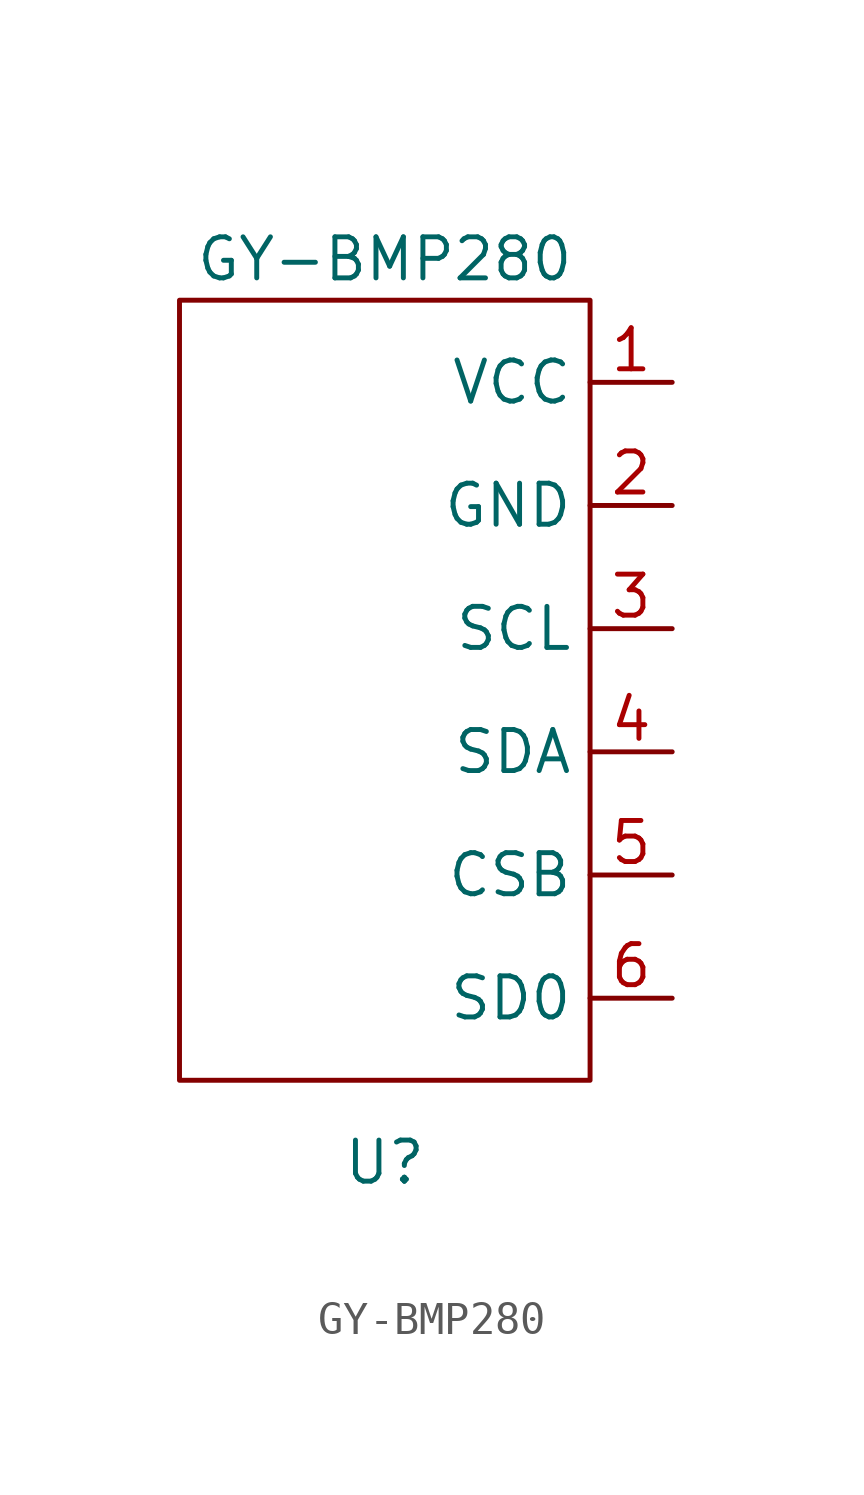
<source format=kicad_sym>
(kicad_symbol_lib
  (version 20211014)
  (generator kicad_symbol_editor)
  (symbol "GY-BMP280"
    (property "Reference" "U"
      (at 0 -8.89 0)
      (effects (font (size 1.27 1.27))))
    (property "Value" "GY-BMP280"
      (at 0 19.05 0)
      (effects (font (size 1.27 1.27))))
    (symbol "GY-BMP280_0_1"
      (rectangle (start -6.35 17.78) (end 6.35 -6.35) (stroke (width 0) (type default) (color 0 0 0 0)) (fill (type none))))
    (symbol "GY-BMP280_1_1"
      (pin bidirectional line (at 8.89 15.24 180) (length 2.54) (name "VCC" (effects (font (size 1.27 1.27)))) (number "1" (effects (font (size 1.27 1.27)))))
      (pin bidirectional line (at 8.89 11.43 180) (length 2.54) (name "GND" (effects (font (size 1.27 1.27)))) (number "2" (effects (font (size 1.27 1.27)))))
      (pin bidirectional line (at 8.89 7.62 180) (length 2.54) (name "SCL" (effects (font (size 1.27 1.27)))) (number "3" (effects (font (size 1.27 1.27)))))
      (pin bidirectional line (at 8.89 3.81 180) (length 2.54) (name "SDA" (effects (font (size 1.27 1.27)))) (number "4" (effects (font (size 1.27 1.27)))))
      (pin bidirectional line (at 8.89 0 180) (length 2.54) (name "CSB" (effects (font (size 1.27 1.27)))) (number "5" (effects (font (size 1.27 1.27)))))
      (pin bidirectional line (at 8.89 -3.81 180) (length 2.54) (name "SD0" (effects (font (size 1.27 1.27)))) (number "6" (effects (font (size 1.27 1.27))))))))
</source>
